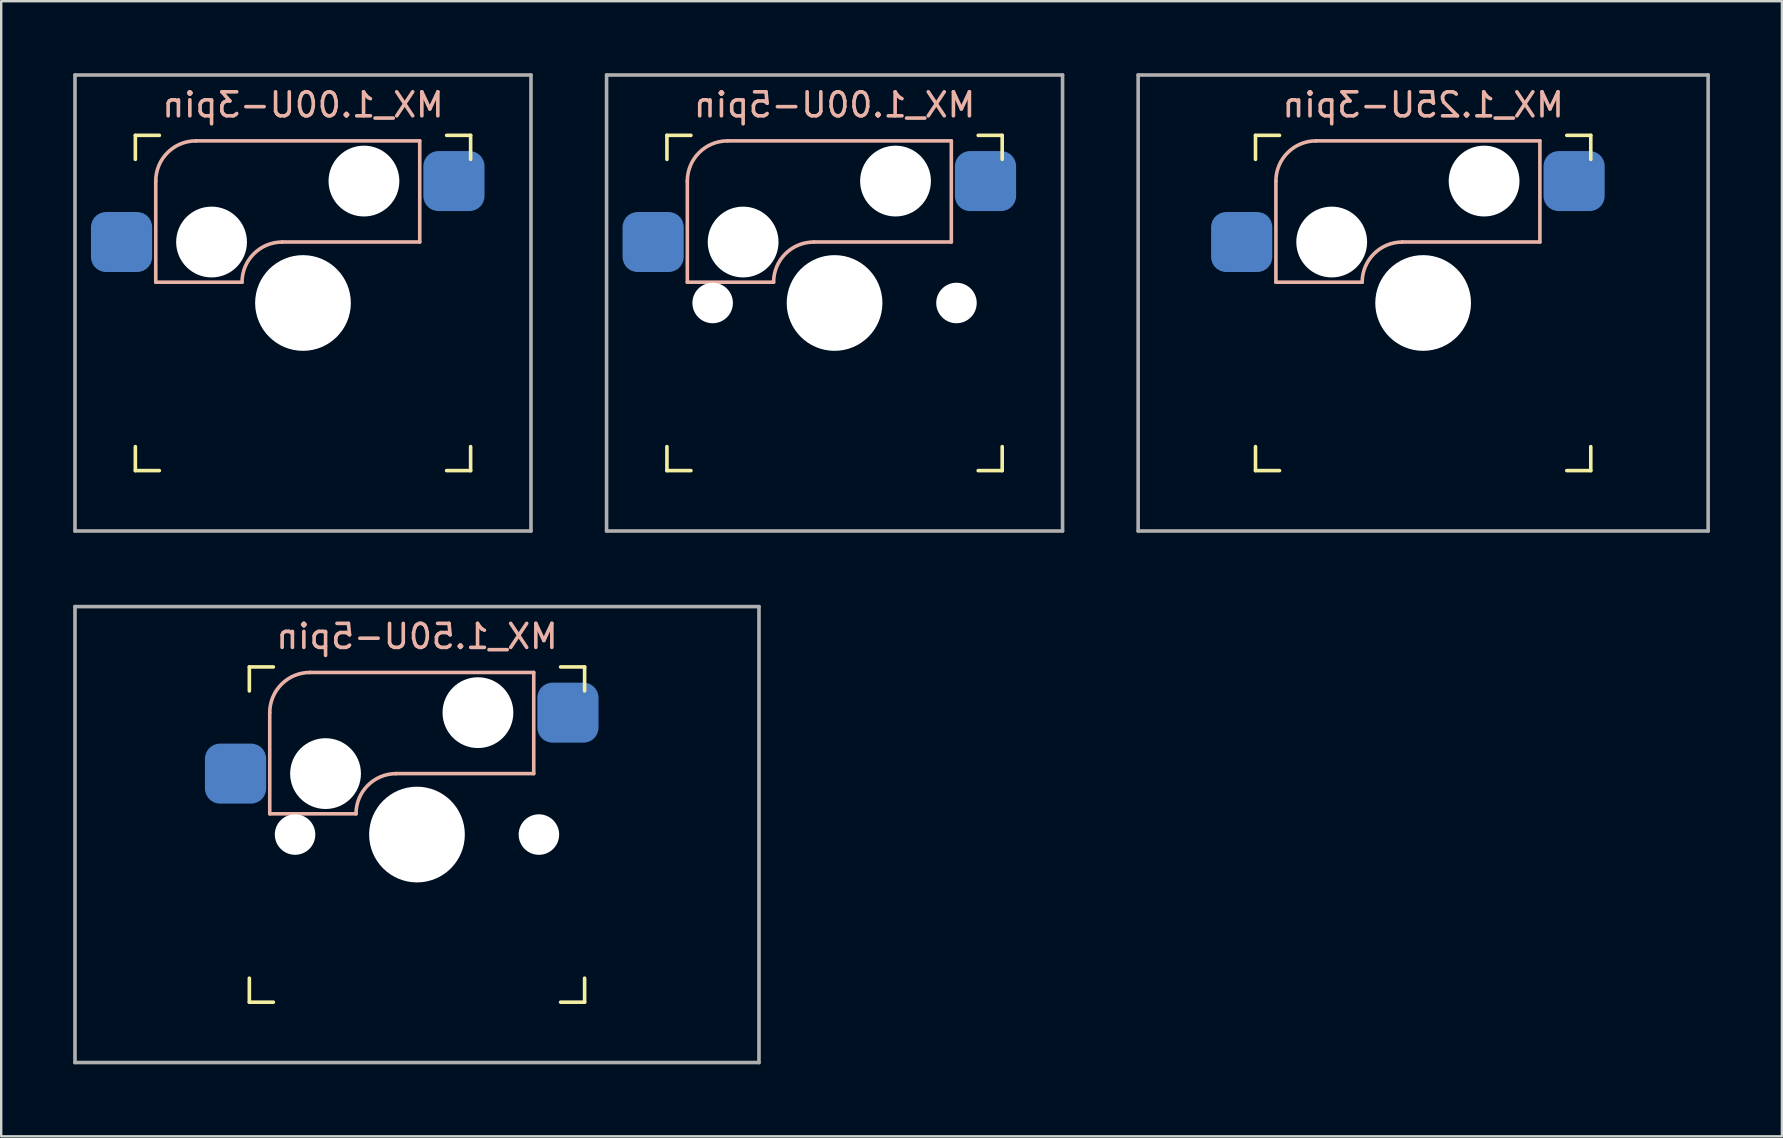
<source format=kicad_pcb>
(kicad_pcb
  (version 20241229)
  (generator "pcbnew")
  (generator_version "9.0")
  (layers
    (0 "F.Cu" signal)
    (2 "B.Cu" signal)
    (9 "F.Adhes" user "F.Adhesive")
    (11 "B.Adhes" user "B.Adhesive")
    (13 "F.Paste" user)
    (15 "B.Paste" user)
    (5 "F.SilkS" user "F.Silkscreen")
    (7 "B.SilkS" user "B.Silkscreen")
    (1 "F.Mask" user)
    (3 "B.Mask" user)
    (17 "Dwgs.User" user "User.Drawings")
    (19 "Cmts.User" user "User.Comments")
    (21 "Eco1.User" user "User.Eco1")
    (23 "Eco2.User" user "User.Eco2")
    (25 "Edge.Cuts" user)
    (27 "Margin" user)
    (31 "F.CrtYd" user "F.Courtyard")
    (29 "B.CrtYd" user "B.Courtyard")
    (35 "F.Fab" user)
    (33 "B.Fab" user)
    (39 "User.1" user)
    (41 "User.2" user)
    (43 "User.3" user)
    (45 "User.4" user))
  (footprint "MX_1.50U-5pin"
    (layer "F.Cu")
    (at 14.325 31.725)
    (property "Reference" "MX_1.50U-5pin" (at 0 -8.255 0) (layer "B.SilkS") (effects (font (size 1 1) (thickness 0.15)) (justify mirror)))
    (attr smd)
    (fp_line (start -6.985 -5.985) (end -6.985 -6.985) (stroke (width 0.15) (type solid)) (layer "F.SilkS"))
    (fp_line (start -6.985 6.985) (end -6.985 5.985) (stroke (width 0.15) (type solid)) (layer "F.SilkS"))
    (fp_line (start -6.985 6.985) (end -5.985 6.985) (stroke (width 0.15) (type solid)) (layer "F.SilkS"))
    (fp_line (start -5.985 -6.985) (end -6.985 -6.985) (stroke (width 0.15) (type solid)) (layer "F.SilkS"))
    (fp_line (start 5.985 6.985) (end 6.985 6.985) (stroke (width 0.15) (type solid)) (layer "F.SilkS"))
    (fp_line (start 6.985 -6.985) (end 5.985 -6.985) (stroke (width 0.15) (type solid)) (layer "F.SilkS"))
    (fp_line (start 6.985 -6.985) (end 6.985 -5.985) (stroke (width 0.15) (type solid)) (layer "F.SilkS"))
    (fp_line (start 6.985 5.985) (end 6.985 6.985) (stroke (width 0.15) (type solid)) (layer "F.SilkS"))
    (fp_line (start -6.135 -5.08) (end -6.135 -0.865) (stroke (width 0.15) (type solid)) (layer "B.SilkS"))
    (fp_line (start -6.135 -0.865) (end -2.54 -0.865) (stroke (width 0.15) (type solid)) (layer "B.SilkS"))
    (fp_line (start -4.46 -6.755) (end 4.865 -6.755) (stroke (width 0.15) (type solid)) (layer "B.SilkS"))
    (fp_line (start -0.865 -2.54) (end 4.865 -2.54) (stroke (width 0.15) (type solid)) (layer "B.SilkS"))
    (fp_line (start 4.865 -6.755) (end 4.865 -2.54) (stroke (width 0.15) (type solid)) (layer "B.SilkS"))
    (fp_arc (start -6.135 -5.08) (mid -5.644404 -6.264404) (end -4.46 -6.755) (stroke (width 0.15) (type solid)) (layer "B.SilkS"))
    (fp_arc (start -2.54 -0.865) (mid -2.049404 -2.049404) (end -0.865 -2.54) (stroke (width 0.15) (type solid)) (layer "B.SilkS"))
    (fp_line (start -6.985 6.985) (end -6.985 -6.985) (stroke (width 0.15) (type solid)) (layer "Eco2.User"))
    (fp_line (start -6.985 6.985) (end 6.985 6.985) (stroke (width 0.15) (type solid)) (layer "Eco2.User"))
    (fp_line (start 6.985 -6.985) (end -6.985 -6.985) (stroke (width 0.15) (type solid)) (layer "Eco2.User"))
    (fp_line (start 6.985 -6.985) (end 6.985 6.985) (stroke (width 0.15) (type solid)) (layer "Eco2.User"))
    (fp_line (start -14.25 -9.5) (end 14.25 -9.5) (stroke (width 0.15) (type solid)) (layer "F.Fab"))
    (fp_line (start -14.25 9.5) (end -14.25 -9.5) (stroke (width 0.15) (type solid)) (layer "F.Fab"))
    (fp_line (start 14.25 -9.5) (end 14.25 9.5) (stroke (width 0.15) (type solid)) (layer "F.Fab"))
    (fp_line (start 14.25 9.5) (end -14.25 9.5) (stroke (width 0.15) (type solid)) (layer "F.Fab"))
    (pad "" np_thru_hole circle (at -5.08 0) (size 1.688 1.688) (drill 1.688) (layers "*.Cu" "*.Mask"))
    (pad "" np_thru_hole circle (at -3.81 -2.54) (size 2.95 2.95) (drill 2.95) (layers "*.Cu" "*.Mask"))
    (pad "" np_thru_hole circle (at 0 0) (size 3.988 3.988) (drill 3.988) (layers "*.Cu" "*.Mask"))
    (pad "" np_thru_hole circle (at 2.54 -5.08) (size 2.95 2.95) (drill 2.95) (layers "*.Cu" "*.Mask"))
    (pad "" np_thru_hole circle (at 5.08 0) (size 1.688 1.688) (drill 1.688) (layers "*.Cu" "*.Mask"))
    (pad "1" smd roundrect (at 6.29 -5.08) (size 2.55 2.5) (layers "B.Cu" "B.Mask" "B.Paste") (roundrect_rratio 0.25))
    (pad "2" smd roundrect (at -7.56 -2.54) (size 2.55 2.5) (layers "B.Cu" "B.Mask" "B.Paste") (roundrect_rratio 0.25)))
  (footprint "MX_1.25U-3pin"
    (layer "F.Cu")
    (at 56.25 9.575)
    (property "Reference" "MX_1.25U-3pin" (at 0 -8.255 0) (layer "B.SilkS") (effects (font (size 1 1) (thickness 0.15)) (justify mirror)))
    (attr smd)
    (fp_line (start -6.985 -5.985) (end -6.985 -6.985) (stroke (width 0.15) (type solid)) (layer "F.SilkS"))
    (fp_line (start -6.985 6.985) (end -6.985 5.985) (stroke (width 0.15) (type solid)) (layer "F.SilkS"))
    (fp_line (start -6.985 6.985) (end -5.985 6.985) (stroke (width 0.15) (type solid)) (layer "F.SilkS"))
    (fp_line (start -5.985 -6.985) (end -6.985 -6.985) (stroke (width 0.15) (type solid)) (layer "F.SilkS"))
    (fp_line (start 5.985 6.985) (end 6.985 6.985) (stroke (width 0.15) (type solid)) (layer "F.SilkS"))
    (fp_line (start 6.985 -6.985) (end 5.985 -6.985) (stroke (width 0.15) (type solid)) (layer "F.SilkS"))
    (fp_line (start 6.985 -6.985) (end 6.985 -5.985) (stroke (width 0.15) (type solid)) (layer "F.SilkS"))
    (fp_line (start 6.985 5.985) (end 6.985 6.985) (stroke (width 0.15) (type solid)) (layer "F.SilkS"))
    (fp_line (start -6.135 -5.08) (end -6.135 -0.865) (stroke (width 0.15) (type solid)) (layer "B.SilkS"))
    (fp_line (start -6.135 -0.865) (end -2.54 -0.865) (stroke (width 0.15) (type solid)) (layer "B.SilkS"))
    (fp_line (start -4.46 -6.755) (end 4.865 -6.755) (stroke (width 0.15) (type solid)) (layer "B.SilkS"))
    (fp_line (start -0.865 -2.54) (end 4.865 -2.54) (stroke (width 0.15) (type solid)) (layer "B.SilkS"))
    (fp_line (start 4.865 -6.755) (end 4.865 -2.54) (stroke (width 0.15) (type solid)) (layer "B.SilkS"))
    (fp_arc (start -6.135 -5.08) (mid -5.644404 -6.264404) (end -4.46 -6.755) (stroke (width 0.15) (type solid)) (layer "B.SilkS"))
    (fp_arc (start -2.54 -0.865) (mid -2.049404 -2.049404) (end -0.865 -2.54) (stroke (width 0.15) (type solid)) (layer "B.SilkS"))
    (fp_line (start -6.985 6.985) (end -6.985 -6.985) (stroke (width 0.15) (type solid)) (layer "Eco2.User"))
    (fp_line (start -6.985 6.985) (end 6.985 6.985) (stroke (width 0.15) (type solid)) (layer "Eco2.User"))
    (fp_line (start 6.985 -6.985) (end -6.985 -6.985) (stroke (width 0.15) (type solid)) (layer "Eco2.User"))
    (fp_line (start 6.985 -6.985) (end 6.985 6.985) (stroke (width 0.15) (type solid)) (layer "Eco2.User"))
    (fp_line (start -11.875 -9.5) (end 11.875 -9.5) (stroke (width 0.15) (type solid)) (layer "F.Fab"))
    (fp_line (start -11.875 9.5) (end -11.875 -9.5) (stroke (width 0.15) (type solid)) (layer "F.Fab"))
    (fp_line (start 11.875 -9.5) (end 11.875 9.5) (stroke (width 0.15) (type solid)) (layer "F.Fab"))
    (fp_line (start 11.875 9.5) (end -11.875 9.5) (stroke (width 0.15) (type solid)) (layer "F.Fab"))
    (pad "" np_thru_hole circle (at -3.81 -2.54) (size 2.95 2.95) (drill 2.95) (layers "*.Cu" "*.Mask"))
    (pad "" np_thru_hole circle (at 0 0) (size 3.988 3.988) (drill 3.988) (layers "*.Cu" "*.Mask"))
    (pad "" np_thru_hole circle (at 2.54 -5.08) (size 2.95 2.95) (drill 2.95) (layers "*.Cu" "*.Mask"))
    (pad "1" smd roundrect (at 6.29 -5.08) (size 2.55 2.5) (layers "B.Cu" "B.Mask" "B.Paste") (roundrect_rratio 0.25))
    (pad "2" smd roundrect (at -7.56 -2.54) (size 2.55 2.5) (layers "B.Cu" "B.Mask" "B.Paste") (roundrect_rratio 0.25)))
  (footprint "MX_1.00U-5pin"
    (layer "F.Cu")
    (at 31.725 9.575)
    (property "Reference" "MX_1.00U-5pin" (at 0 -8.255 0) (layer "B.SilkS") (effects (font (size 1 1) (thickness 0.15)) (justify mirror)))
    (attr smd)
    (fp_line (start -6.985 -5.985) (end -6.985 -6.985) (stroke (width 0.15) (type solid)) (layer "F.SilkS"))
    (fp_line (start -6.985 6.985) (end -6.985 5.985) (stroke (width 0.15) (type solid)) (layer "F.SilkS"))
    (fp_line (start -6.985 6.985) (end -5.985 6.985) (stroke (width 0.15) (type solid)) (layer "F.SilkS"))
    (fp_line (start -5.985 -6.985) (end -6.985 -6.985) (stroke (width 0.15) (type solid)) (layer "F.SilkS"))
    (fp_line (start 5.985 6.985) (end 6.985 6.985) (stroke (width 0.15) (type solid)) (layer "F.SilkS"))
    (fp_line (start 6.985 -6.985) (end 5.985 -6.985) (stroke (width 0.15) (type solid)) (layer "F.SilkS"))
    (fp_line (start 6.985 -6.985) (end 6.985 -5.985) (stroke (width 0.15) (type solid)) (layer "F.SilkS"))
    (fp_line (start 6.985 5.985) (end 6.985 6.985) (stroke (width 0.15) (type solid)) (layer "F.SilkS"))
    (fp_line (start -6.135 -5.08) (end -6.135 -0.865) (stroke (width 0.15) (type solid)) (layer "B.SilkS"))
    (fp_line (start -6.135 -0.865) (end -2.54 -0.865) (stroke (width 0.15) (type solid)) (layer "B.SilkS"))
    (fp_line (start -4.46 -6.755) (end 4.865 -6.755) (stroke (width 0.15) (type solid)) (layer "B.SilkS"))
    (fp_line (start -0.865 -2.54) (end 4.865 -2.54) (stroke (width 0.15) (type solid)) (layer "B.SilkS"))
    (fp_line (start 4.865 -6.755) (end 4.865 -2.54) (stroke (width 0.15) (type solid)) (layer "B.SilkS"))
    (fp_arc (start -6.135 -5.08) (mid -5.644404 -6.264404) (end -4.46 -6.755) (stroke (width 0.15) (type solid)) (layer "B.SilkS"))
    (fp_arc (start -2.54 -0.865) (mid -2.049404 -2.049404) (end -0.865 -2.54) (stroke (width 0.15) (type solid)) (layer "B.SilkS"))
    (fp_line (start -6.985 6.985) (end -6.985 -6.985) (stroke (width 0.15) (type solid)) (layer "Eco2.User"))
    (fp_line (start -6.985 6.985) (end 6.985 6.985) (stroke (width 0.15) (type solid)) (layer "Eco2.User"))
    (fp_line (start 6.985 -6.985) (end -6.985 -6.985) (stroke (width 0.15) (type solid)) (layer "Eco2.User"))
    (fp_line (start 6.985 -6.985) (end 6.985 6.985) (stroke (width 0.15) (type solid)) (layer "Eco2.User"))
    (fp_line (start -9.5 -9.5) (end 9.5 -9.5) (stroke (width 0.15) (type solid)) (layer "F.Fab"))
    (fp_line (start -9.5 9.5) (end -9.5 -9.5) (stroke (width 0.15) (type solid)) (layer "F.Fab"))
    (fp_line (start 9.5 -9.5) (end 9.5 9.5) (stroke (width 0.15) (type solid)) (layer "F.Fab"))
    (fp_line (start 9.5 9.5) (end -9.5 9.5) (stroke (width 0.15) (type solid)) (layer "F.Fab"))
    (pad "" np_thru_hole circle (at -5.08 0) (size 1.688 1.688) (drill 1.688) (layers "*.Cu" "*.Mask"))
    (pad "" np_thru_hole circle (at -3.81 -2.54) (size 2.95 2.95) (drill 2.95) (layers "*.Cu" "*.Mask"))
    (pad "" np_thru_hole circle (at 0 0) (size 3.988 3.988) (drill 3.988) (layers "*.Cu" "*.Mask"))
    (pad "" np_thru_hole circle (at 2.54 -5.08) (size 2.95 2.95) (drill 2.95) (layers "*.Cu" "*.Mask"))
    (pad "" np_thru_hole circle (at 5.08 0) (size 1.688 1.688) (drill 1.688) (layers "*.Cu" "*.Mask"))
    (pad "1" smd roundrect (at 6.29 -5.08) (size 2.55 2.5) (layers "B.Cu" "B.Mask" "B.Paste") (roundrect_rratio 0.25))
    (pad "2" smd roundrect (at -7.56 -2.54) (size 2.55 2.5) (layers "B.Cu" "B.Mask" "B.Paste") (roundrect_rratio 0.25)))
  (footprint "MX_1.00U-3pin"
    (layer "F.Cu")
    (at 9.575 9.575)
    (property "Reference" "MX_1.00U-3pin" (at 0 -8.255 0) (layer "B.SilkS") (effects (font (size 1 1) (thickness 0.15)) (justify mirror)))
    (attr smd)
    (fp_line (start -6.985 -5.985) (end -6.985 -6.985) (stroke (width 0.15) (type solid)) (layer "F.SilkS"))
    (fp_line (start -6.985 6.985) (end -6.985 5.985) (stroke (width 0.15) (type solid)) (layer "F.SilkS"))
    (fp_line (start -6.985 6.985) (end -5.985 6.985) (stroke (width 0.15) (type solid)) (layer "F.SilkS"))
    (fp_line (start -5.985 -6.985) (end -6.985 -6.985) (stroke (width 0.15) (type solid)) (layer "F.SilkS"))
    (fp_line (start 5.985 6.985) (end 6.985 6.985) (stroke (width 0.15) (type solid)) (layer "F.SilkS"))
    (fp_line (start 6.985 -6.985) (end 5.985 -6.985) (stroke (width 0.15) (type solid)) (layer "F.SilkS"))
    (fp_line (start 6.985 -6.985) (end 6.985 -5.985) (stroke (width 0.15) (type solid)) (layer "F.SilkS"))
    (fp_line (start 6.985 5.985) (end 6.985 6.985) (stroke (width 0.15) (type solid)) (layer "F.SilkS"))
    (fp_line (start -6.135 -5.08) (end -6.135 -0.865) (stroke (width 0.15) (type solid)) (layer "B.SilkS"))
    (fp_line (start -6.135 -0.865) (end -2.54 -0.865) (stroke (width 0.15) (type solid)) (layer "B.SilkS"))
    (fp_line (start -4.46 -6.755) (end 4.865 -6.755) (stroke (width 0.15) (type solid)) (layer "B.SilkS"))
    (fp_line (start -0.865 -2.54) (end 4.865 -2.54) (stroke (width 0.15) (type solid)) (layer "B.SilkS"))
    (fp_line (start 4.865 -6.755) (end 4.865 -2.54) (stroke (width 0.15) (type solid)) (layer "B.SilkS"))
    (fp_arc (start -6.135 -5.08) (mid -5.644404 -6.264404) (end -4.46 -6.755) (stroke (width 0.15) (type solid)) (layer "B.SilkS"))
    (fp_arc (start -2.54 -0.865) (mid -2.049404 -2.049404) (end -0.865 -2.54) (stroke (width 0.15) (type solid)) (layer "B.SilkS"))
    (fp_line (start -6.985 6.985) (end -6.985 -6.985) (stroke (width 0.15) (type solid)) (layer "Eco2.User"))
    (fp_line (start -6.985 6.985) (end 6.985 6.985) (stroke (width 0.15) (type solid)) (layer "Eco2.User"))
    (fp_line (start 6.985 -6.985) (end -6.985 -6.985) (stroke (width 0.15) (type solid)) (layer "Eco2.User"))
    (fp_line (start 6.985 -6.985) (end 6.985 6.985) (stroke (width 0.15) (type solid)) (layer "Eco2.User"))
    (fp_line (start -9.5 -9.5) (end 9.5 -9.5) (stroke (width 0.15) (type solid)) (layer "F.Fab"))
    (fp_line (start -9.5 9.5) (end -9.5 -9.5) (stroke (width 0.15) (type solid)) (layer "F.Fab"))
    (fp_line (start 9.5 -9.5) (end 9.5 9.5) (stroke (width 0.15) (type solid)) (layer "F.Fab"))
    (fp_line (start 9.5 9.5) (end -9.5 9.5) (stroke (width 0.15) (type solid)) (layer "F.Fab"))
    (pad "" np_thru_hole circle (at -3.81 -2.54) (size 2.95 2.95) (drill 2.95) (layers "*.Cu" "*.Mask"))
    (pad "" np_thru_hole circle (at 0 0) (size 3.988 3.988) (drill 3.988) (layers "*.Cu" "*.Mask"))
    (pad "" np_thru_hole circle (at 2.54 -5.08) (size 2.95 2.95) (drill 2.95) (layers "*.Cu" "*.Mask"))
    (pad "1" smd roundrect (at 6.29 -5.08) (size 2.55 2.5) (layers "B.Cu" "B.Mask" "B.Paste") (roundrect_rratio 0.25))
    (pad "2" smd roundrect (at -7.56 -2.54) (size 2.55 2.5) (layers "B.Cu" "B.Mask" "B.Paste") (roundrect_rratio 0.25)))
  (gr_rect
    (start -3 -3)
    (end 71.2 44.3)
    (stroke (width 0.1) (type default))
    (fill no)
    (layer "Edge.Cuts")))
</source>
